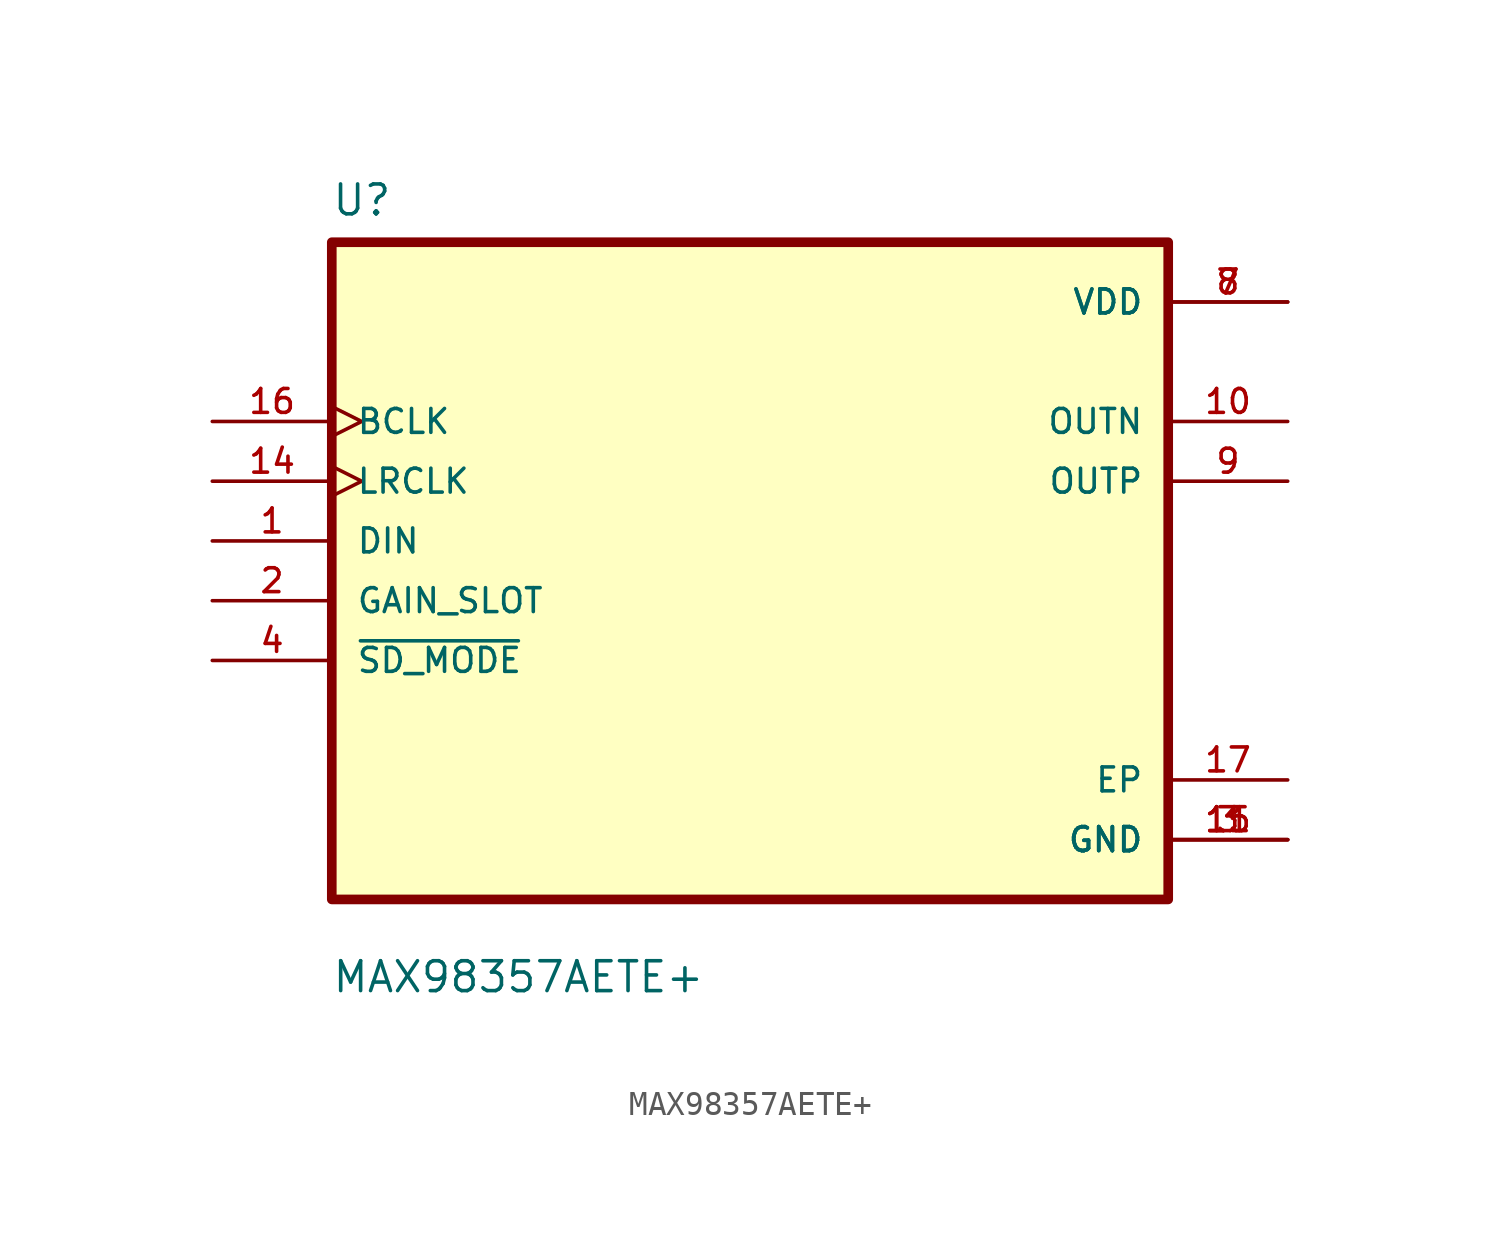
<source format=kicad_sym>
(kicad_symbol_lib
  (version 20211014)
  (generator kicad_symbol_editor)
  (symbol "MAX98357AETE+"
    (pin_names
      (offset 1.016))
    (property "Reference" "U"
      (at -17.81 13.745 0.0)
      (effects (font (size 1.27 1.27)) (justify bottom left)))
    (property "Value" "MAX98357AETE+"
      (at -17.804 -19.279 0.0)
      (effects (font (size 1.27 1.27)) (justify bottom left)))
    (symbol "MAX98357AETE+_0_0"
      (rectangle (start -17.78 -15.24) (end 17.78 12.7) (stroke (width 0.41)) (fill (type background)))
      (pin input clock (at -22.86 5.08 0) (length 5.08) (name "BCLK" (effects (font (size 1.016 1.016)))) (number "16" (effects (font (size 1.016 1.016)))))
      (pin input line (at -22.86 0.0 0) (length 5.08) (name "DIN" (effects (font (size 1.016 1.016)))) (number "1" (effects (font (size 1.016 1.016)))))
      (pin input line (at -22.86 -2.54 0) (length 5.08) (name "GAIN_SLOT" (effects (font (size 1.016 1.016)))) (number "2" (effects (font (size 1.016 1.016)))))
      (pin input clock (at -22.86 2.54 0) (length 5.08) (name "LRCLK" (effects (font (size 1.016 1.016)))) (number "14" (effects (font (size 1.016 1.016)))))
      (pin input line (at -22.86 -5.08 0) (length 5.08) (name "~{SD_MODE}" (effects (font (size 1.016 1.016)))) (number "4" (effects (font (size 1.016 1.016)))))
      (pin power_in line (at 22.86 10.16 180.0) (length 5.08) (name "VDD" (effects (font (size 1.016 1.016)))) (number "7" (effects (font (size 1.016 1.016)))))
      (pin power_in line (at 22.86 10.16 180.0) (length 5.08) (name "VDD" (effects (font (size 1.016 1.016)))) (number "8" (effects (font (size 1.016 1.016)))))
      (pin output line (at 22.86 5.08 180.0) (length 5.08) (name "OUTN" (effects (font (size 1.016 1.016)))) (number "10" (effects (font (size 1.016 1.016)))))
      (pin output line (at 22.86 2.54 180.0) (length 5.08) (name "OUTP" (effects (font (size 1.016 1.016)))) (number "9" (effects (font (size 1.016 1.016)))))
      (pin power_in line (at 22.86 -12.7 180.0) (length 5.08) (name "GND" (effects (font (size 1.016 1.016)))) (number "3" (effects (font (size 1.016 1.016)))))
      (pin power_in line (at 22.86 -12.7 180.0) (length 5.08) (name "GND" (effects (font (size 1.016 1.016)))) (number "11" (effects (font (size 1.016 1.016)))))
      (pin power_in line (at 22.86 -12.7 180.0) (length 5.08) (name "GND" (effects (font (size 1.016 1.016)))) (number "15" (effects (font (size 1.016 1.016)))))
      (pin power_in line (at 22.86 -10.16 180.0) (length 5.08) (name "EP" (effects (font (size 1.016 1.016)))) (number "17" (effects (font (size 1.016 1.016))))))))
</source>
